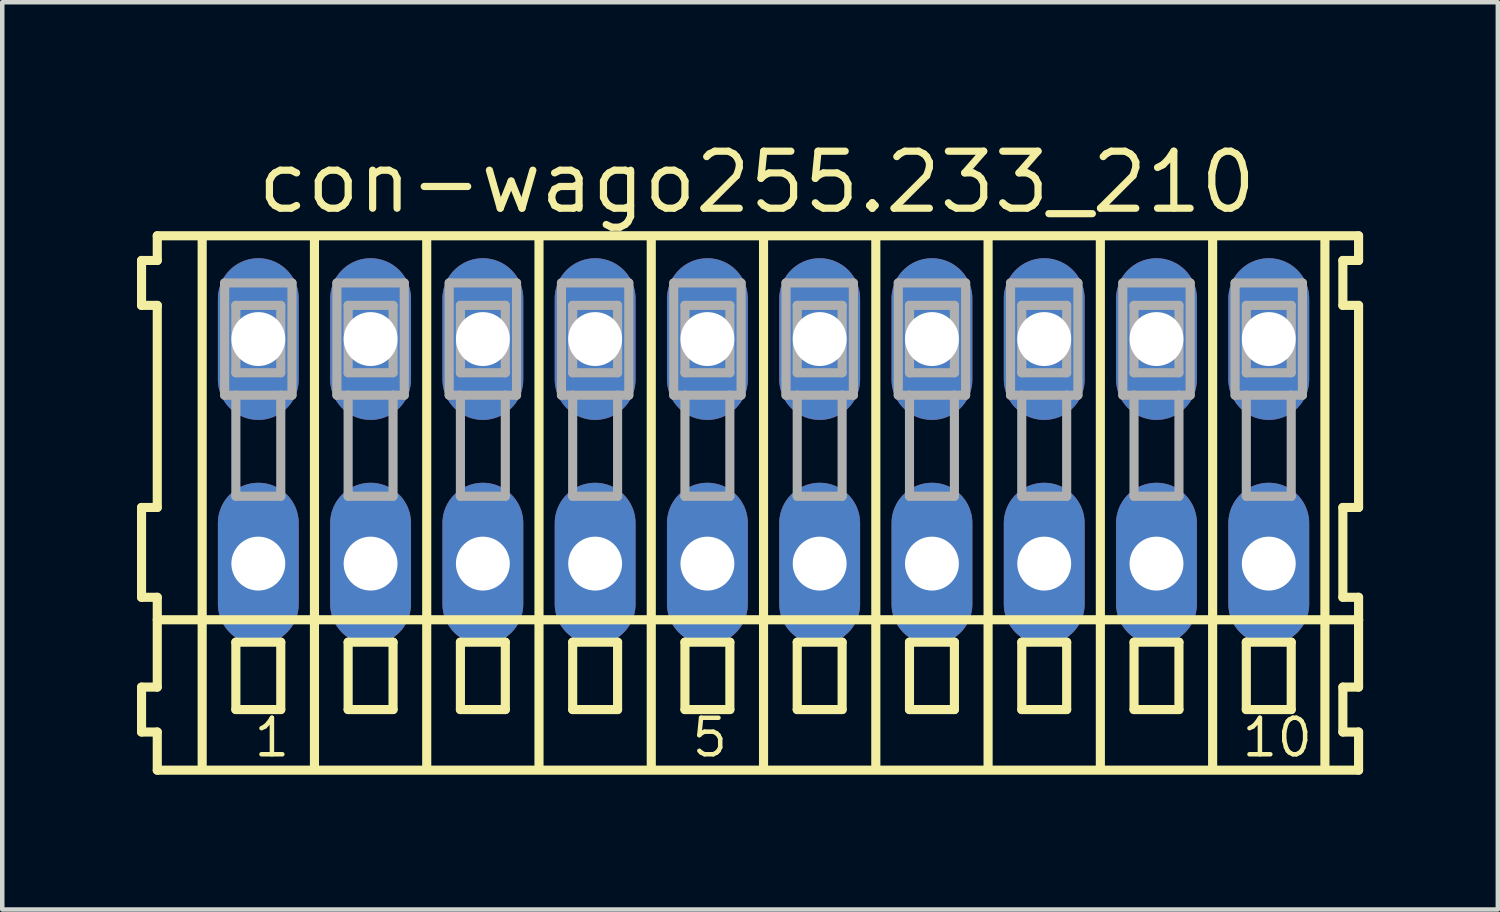
<source format=kicad_pcb>
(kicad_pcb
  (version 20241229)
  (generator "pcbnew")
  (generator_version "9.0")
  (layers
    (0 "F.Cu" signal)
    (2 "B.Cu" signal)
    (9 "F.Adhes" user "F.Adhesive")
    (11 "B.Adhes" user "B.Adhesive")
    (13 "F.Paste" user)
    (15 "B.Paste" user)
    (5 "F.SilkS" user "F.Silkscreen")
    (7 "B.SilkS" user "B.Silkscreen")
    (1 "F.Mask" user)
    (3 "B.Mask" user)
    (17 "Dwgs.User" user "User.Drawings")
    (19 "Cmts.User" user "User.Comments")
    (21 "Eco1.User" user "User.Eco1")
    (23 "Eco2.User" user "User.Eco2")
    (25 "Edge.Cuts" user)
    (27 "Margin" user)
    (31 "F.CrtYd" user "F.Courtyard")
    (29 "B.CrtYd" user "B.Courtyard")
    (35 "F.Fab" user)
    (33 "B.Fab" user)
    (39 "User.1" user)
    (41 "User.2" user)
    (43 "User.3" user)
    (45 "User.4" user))
  (footprint "con-wago255.233_210"
    (layer "F.Cu")
    (at 13.952 7)
    (property "Reference" "con-wago255.233_210" (at -11.35 -5.25 0) (layer "F.SilkS") (effects (font (size 1.27 1.27) (thickness 0.16)) (justify left bottom)))
    (attr through_hole)
    (fp_line (start -13.85 -4.25) (end -13.85 -3.25) (stroke (width 0.203) (type default)) (layer "F.SilkS"))
    (fp_line (start -13.85 -3.25) (end -13.5 -3.25) (stroke (width 0.203) (type default)) (layer "F.SilkS"))
    (fp_line (start -13.85 1.25) (end -13.85 3.25) (stroke (width 0.203) (type default)) (layer "F.SilkS"))
    (fp_line (start -13.85 3.25) (end -13.5 3.25) (stroke (width 0.203) (type default)) (layer "F.SilkS"))
    (fp_line (start -13.85 5.25) (end -13.85 6.25) (stroke (width 0.203) (type default)) (layer "F.SilkS"))
    (fp_line (start -13.85 6.25) (end -13.5 6.25) (stroke (width 0.203) (type default)) (layer "F.SilkS"))
    (fp_line (start -13.5 -4.8) (end -13.5 -4.25) (stroke (width 0.203) (type default)) (layer "F.SilkS"))
    (fp_line (start -13.5 -4.25) (end -13.85 -4.25) (stroke (width 0.203) (type default)) (layer "F.SilkS"))
    (fp_line (start -13.5 -3.25) (end -13.5 1.25) (stroke (width 0.203) (type default)) (layer "F.SilkS"))
    (fp_line (start -13.5 1.25) (end -13.85 1.25) (stroke (width 0.203) (type default)) (layer "F.SilkS"))
    (fp_line (start -13.5 3.25) (end -13.5 5.25) (stroke (width 0.203) (type default)) (layer "F.SilkS"))
    (fp_line (start -13.5 3.75) (end 13.25 3.75) (stroke (width 0.203) (type default)) (layer "F.SilkS"))
    (fp_line (start -13.5 5.25) (end -13.85 5.25) (stroke (width 0.203) (type default)) (layer "F.SilkS"))
    (fp_line (start -13.5 6.25) (end -13.5 7.1) (stroke (width 0.203) (type default)) (layer "F.SilkS"))
    (fp_line (start -13.5 7.1) (end 13.25 7.1) (stroke (width 0.203) (type default)) (layer "F.SilkS"))
    (fp_line (start -12.5 -4.75) (end -12.5 7) (stroke (width 0.203) (type default)) (layer "F.SilkS"))
    (fp_line (start -11.75 4.25) (end -11.75 5.75) (stroke (width 0.203) (type default)) (layer "F.SilkS"))
    (fp_line (start -11.75 5.75) (end -10.75 5.75) (stroke (width 0.203) (type default)) (layer "F.SilkS"))
    (fp_line (start -10.75 4.25) (end -11.75 4.25) (stroke (width 0.203) (type default)) (layer "F.SilkS"))
    (fp_line (start -10.75 5.75) (end -10.75 4.25) (stroke (width 0.203) (type default)) (layer "F.SilkS"))
    (fp_line (start -10 -4.75) (end -10 7) (stroke (width 0.203) (type default)) (layer "F.SilkS"))
    (fp_line (start -9.25 4.25) (end -9.25 5.75) (stroke (width 0.203) (type default)) (layer "F.SilkS"))
    (fp_line (start -9.25 5.75) (end -8.25 5.75) (stroke (width 0.203) (type default)) (layer "F.SilkS"))
    (fp_line (start -8.25 4.25) (end -9.25 4.25) (stroke (width 0.203) (type default)) (layer "F.SilkS"))
    (fp_line (start -8.25 5.75) (end -8.25 4.25) (stroke (width 0.203) (type default)) (layer "F.SilkS"))
    (fp_line (start -7.5 -4.75) (end -7.5 7) (stroke (width 0.203) (type default)) (layer "F.SilkS"))
    (fp_line (start -6.75 4.25) (end -6.75 5.75) (stroke (width 0.203) (type default)) (layer "F.SilkS"))
    (fp_line (start -6.75 5.75) (end -5.75 5.75) (stroke (width 0.203) (type default)) (layer "F.SilkS"))
    (fp_line (start -5.75 4.25) (end -6.75 4.25) (stroke (width 0.203) (type default)) (layer "F.SilkS"))
    (fp_line (start -5.75 5.75) (end -5.75 4.25) (stroke (width 0.203) (type default)) (layer "F.SilkS"))
    (fp_line (start -5 -4.75) (end -5 7) (stroke (width 0.203) (type default)) (layer "F.SilkS"))
    (fp_line (start -4.25 4.25) (end -4.25 5.75) (stroke (width 0.203) (type default)) (layer "F.SilkS"))
    (fp_line (start -4.25 5.75) (end -3.25 5.75) (stroke (width 0.203) (type default)) (layer "F.SilkS"))
    (fp_line (start -3.25 4.25) (end -4.25 4.25) (stroke (width 0.203) (type default)) (layer "F.SilkS"))
    (fp_line (start -3.25 5.75) (end -3.25 4.25) (stroke (width 0.203) (type default)) (layer "F.SilkS"))
    (fp_line (start -2.5 -4.75) (end -2.5 7) (stroke (width 0.203) (type default)) (layer "F.SilkS"))
    (fp_line (start -1.75 4.25) (end -1.75 5.75) (stroke (width 0.203) (type default)) (layer "F.SilkS"))
    (fp_line (start -1.75 5.75) (end -0.75 5.75) (stroke (width 0.203) (type default)) (layer "F.SilkS"))
    (fp_line (start -0.75 4.25) (end -1.75 4.25) (stroke (width 0.203) (type default)) (layer "F.SilkS"))
    (fp_line (start -0.75 5.75) (end -0.75 4.25) (stroke (width 0.203) (type default)) (layer "F.SilkS"))
    (fp_line (start 0 -4.75) (end 0 7) (stroke (width 0.203) (type default)) (layer "F.SilkS"))
    (fp_line (start 0.75 4.25) (end 0.75 5.75) (stroke (width 0.203) (type default)) (layer "F.SilkS"))
    (fp_line (start 0.75 5.75) (end 1.75 5.75) (stroke (width 0.203) (type default)) (layer "F.SilkS"))
    (fp_line (start 1.75 4.25) (end 0.75 4.25) (stroke (width 0.203) (type default)) (layer "F.SilkS"))
    (fp_line (start 1.75 5.75) (end 1.75 4.25) (stroke (width 0.203) (type default)) (layer "F.SilkS"))
    (fp_line (start 2.5 -4.75) (end 2.5 7) (stroke (width 0.203) (type default)) (layer "F.SilkS"))
    (fp_line (start 3.25 4.25) (end 3.25 5.75) (stroke (width 0.203) (type default)) (layer "F.SilkS"))
    (fp_line (start 3.25 5.75) (end 4.25 5.75) (stroke (width 0.203) (type default)) (layer "F.SilkS"))
    (fp_line (start 4.25 4.25) (end 3.25 4.25) (stroke (width 0.203) (type default)) (layer "F.SilkS"))
    (fp_line (start 4.25 5.75) (end 4.25 4.25) (stroke (width 0.203) (type default)) (layer "F.SilkS"))
    (fp_line (start 5 -4.75) (end 5 7) (stroke (width 0.203) (type default)) (layer "F.SilkS"))
    (fp_line (start 5.75 4.25) (end 5.75 5.75) (stroke (width 0.203) (type default)) (layer "F.SilkS"))
    (fp_line (start 5.75 5.75) (end 6.75 5.75) (stroke (width 0.203) (type default)) (layer "F.SilkS"))
    (fp_line (start 6.75 4.25) (end 5.75 4.25) (stroke (width 0.203) (type default)) (layer "F.SilkS"))
    (fp_line (start 6.75 5.75) (end 6.75 4.25) (stroke (width 0.203) (type default)) (layer "F.SilkS"))
    (fp_line (start 7.5 -4.75) (end 7.5 7) (stroke (width 0.203) (type default)) (layer "F.SilkS"))
    (fp_line (start 8.25 4.25) (end 8.25 5.75) (stroke (width 0.203) (type default)) (layer "F.SilkS"))
    (fp_line (start 8.25 5.75) (end 9.25 5.75) (stroke (width 0.203) (type default)) (layer "F.SilkS"))
    (fp_line (start 9.25 4.25) (end 8.25 4.25) (stroke (width 0.203) (type default)) (layer "F.SilkS"))
    (fp_line (start 9.25 5.75) (end 9.25 4.25) (stroke (width 0.203) (type default)) (layer "F.SilkS"))
    (fp_line (start 10 -4.75) (end 10 7) (stroke (width 0.203) (type default)) (layer "F.SilkS"))
    (fp_line (start 10.75 4.25) (end 10.75 5.75) (stroke (width 0.203) (type default)) (layer "F.SilkS"))
    (fp_line (start 10.75 5.75) (end 11.75 5.75) (stroke (width 0.203) (type default)) (layer "F.SilkS"))
    (fp_line (start 11.75 4.25) (end 10.75 4.25) (stroke (width 0.203) (type default)) (layer "F.SilkS"))
    (fp_line (start 11.75 5.75) (end 11.75 4.25) (stroke (width 0.203) (type default)) (layer "F.SilkS"))
    (fp_line (start 12.5 -4.75) (end 12.5 7) (stroke (width 0.203) (type default)) (layer "F.SilkS"))
    (fp_line (start 12.9 -4.25) (end 12.9 -3.25) (stroke (width 0.203) (type default)) (layer "F.SilkS"))
    (fp_line (start 12.9 -3.25) (end 13.25 -3.25) (stroke (width 0.203) (type default)) (layer "F.SilkS"))
    (fp_line (start 12.9 1.25) (end 12.9 3.25) (stroke (width 0.203) (type default)) (layer "F.SilkS"))
    (fp_line (start 12.9 3.25) (end 13.25 3.25) (stroke (width 0.203) (type default)) (layer "F.SilkS"))
    (fp_line (start 12.9 5.25) (end 12.9 6.25) (stroke (width 0.203) (type default)) (layer "F.SilkS"))
    (fp_line (start 12.9 6.25) (end 13.25 6.25) (stroke (width 0.203) (type default)) (layer "F.SilkS"))
    (fp_line (start 13.25 -4.8) (end -13.5 -4.8) (stroke (width 0.203) (type default)) (layer "F.SilkS"))
    (fp_line (start 13.25 -4.25) (end 12.9 -4.25) (stroke (width 0.203) (type default)) (layer "F.SilkS"))
    (fp_line (start 13.25 -4.25) (end 13.25 -4.8) (stroke (width 0.203) (type default)) (layer "F.SilkS"))
    (fp_line (start 13.25 1.25) (end 12.9 1.25) (stroke (width 0.203) (type default)) (layer "F.SilkS"))
    (fp_line (start 13.25 1.25) (end 13.25 -3.25) (stroke (width 0.203) (type default)) (layer "F.SilkS"))
    (fp_line (start 13.25 3.75) (end 13.25 3.25) (stroke (width 0.203) (type default)) (layer "F.SilkS"))
    (fp_line (start 13.25 5.25) (end 12.9 5.25) (stroke (width 0.203) (type default)) (layer "F.SilkS"))
    (fp_line (start 13.25 5.25) (end 13.25 3.75) (stroke (width 0.203) (type default)) (layer "F.SilkS"))
    (fp_line (start 13.25 7.1) (end 13.25 6.25) (stroke (width 0.203) (type default)) (layer "F.SilkS"))
    (fp_line (start -12 -3.75) (end -12 -1.25) (stroke (width 0.203) (type default)) (layer "F.Fab"))
    (fp_line (start -12 -1.25) (end -11.75 -1.25) (stroke (width 0.203) (type default)) (layer "F.Fab"))
    (fp_line (start -11.75 -3.25) (end -11.75 -1.75) (stroke (width 0.203) (type default)) (layer "F.Fab"))
    (fp_line (start -11.75 -1.75) (end -10.75 -1.75) (stroke (width 0.203) (type default)) (layer "F.Fab"))
    (fp_line (start -11.75 -1.25) (end -11.75 1) (stroke (width 0.203) (type default)) (layer "F.Fab"))
    (fp_line (start -11.75 -1.25) (end -10.75 -1.25) (stroke (width 0.203) (type default)) (layer "F.Fab"))
    (fp_line (start -11.75 1) (end -10.75 1) (stroke (width 0.203) (type default)) (layer "F.Fab"))
    (fp_line (start -10.75 -3.25) (end -11.75 -3.25) (stroke (width 0.203) (type default)) (layer "F.Fab"))
    (fp_line (start -10.75 -1.75) (end -10.75 -3.25) (stroke (width 0.203) (type default)) (layer "F.Fab"))
    (fp_line (start -10.75 -1.25) (end -10.5 -1.25) (stroke (width 0.203) (type default)) (layer "F.Fab"))
    (fp_line (start -10.75 1) (end -10.75 -1.25) (stroke (width 0.203) (type default)) (layer "F.Fab"))
    (fp_line (start -10.5 -3.75) (end -12 -3.75) (stroke (width 0.203) (type default)) (layer "F.Fab"))
    (fp_line (start -10.5 -1.25) (end -10.5 -3.75) (stroke (width 0.203) (type default)) (layer "F.Fab"))
    (fp_line (start -9.5 -3.75) (end -9.5 -1.25) (stroke (width 0.203) (type default)) (layer "F.Fab"))
    (fp_line (start -9.5 -1.25) (end -9.25 -1.25) (stroke (width 0.203) (type default)) (layer "F.Fab"))
    (fp_line (start -9.25 -3.25) (end -9.25 -1.75) (stroke (width 0.203) (type default)) (layer "F.Fab"))
    (fp_line (start -9.25 -1.75) (end -8.25 -1.75) (stroke (width 0.203) (type default)) (layer "F.Fab"))
    (fp_line (start -9.25 -1.25) (end -9.25 1) (stroke (width 0.203) (type default)) (layer "F.Fab"))
    (fp_line (start -9.25 -1.25) (end -8.25 -1.25) (stroke (width 0.203) (type default)) (layer "F.Fab"))
    (fp_line (start -9.25 1) (end -8.25 1) (stroke (width 0.203) (type default)) (layer "F.Fab"))
    (fp_line (start -8.25 -3.25) (end -9.25 -3.25) (stroke (width 0.203) (type default)) (layer "F.Fab"))
    (fp_line (start -8.25 -1.75) (end -8.25 -3.25) (stroke (width 0.203) (type default)) (layer "F.Fab"))
    (fp_line (start -8.25 -1.25) (end -8 -1.25) (stroke (width 0.203) (type default)) (layer "F.Fab"))
    (fp_line (start -8.25 1) (end -8.25 -1.25) (stroke (width 0.203) (type default)) (layer "F.Fab"))
    (fp_line (start -8 -3.75) (end -9.5 -3.75) (stroke (width 0.203) (type default)) (layer "F.Fab"))
    (fp_line (start -8 -1.25) (end -8 -3.75) (stroke (width 0.203) (type default)) (layer "F.Fab"))
    (fp_line (start -7 -3.75) (end -7 -1.25) (stroke (width 0.203) (type default)) (layer "F.Fab"))
    (fp_line (start -7 -1.25) (end -6.75 -1.25) (stroke (width 0.203) (type default)) (layer "F.Fab"))
    (fp_line (start -6.75 -3.25) (end -6.75 -1.75) (stroke (width 0.203) (type default)) (layer "F.Fab"))
    (fp_line (start -6.75 -1.75) (end -5.75 -1.75) (stroke (width 0.203) (type default)) (layer "F.Fab"))
    (fp_line (start -6.75 -1.25) (end -6.75 1) (stroke (width 0.203) (type default)) (layer "F.Fab"))
    (fp_line (start -6.75 -1.25) (end -5.75 -1.25) (stroke (width 0.203) (type default)) (layer "F.Fab"))
    (fp_line (start -6.75 1) (end -5.75 1) (stroke (width 0.203) (type default)) (layer "F.Fab"))
    (fp_line (start -5.75 -3.25) (end -6.75 -3.25) (stroke (width 0.203) (type default)) (layer "F.Fab"))
    (fp_line (start -5.75 -1.75) (end -5.75 -3.25) (stroke (width 0.203) (type default)) (layer "F.Fab"))
    (fp_line (start -5.75 -1.25) (end -5.5 -1.25) (stroke (width 0.203) (type default)) (layer "F.Fab"))
    (fp_line (start -5.75 1) (end -5.75 -1.25) (stroke (width 0.203) (type default)) (layer "F.Fab"))
    (fp_line (start -5.5 -3.75) (end -7 -3.75) (stroke (width 0.203) (type default)) (layer "F.Fab"))
    (fp_line (start -5.5 -1.25) (end -5.5 -3.75) (stroke (width 0.203) (type default)) (layer "F.Fab"))
    (fp_line (start -4.5 -3.75) (end -4.5 -1.25) (stroke (width 0.203) (type default)) (layer "F.Fab"))
    (fp_line (start -4.5 -1.25) (end -4.25 -1.25) (stroke (width 0.203) (type default)) (layer "F.Fab"))
    (fp_line (start -4.25 -3.25) (end -4.25 -1.75) (stroke (width 0.203) (type default)) (layer "F.Fab"))
    (fp_line (start -4.25 -1.75) (end -3.25 -1.75) (stroke (width 0.203) (type default)) (layer "F.Fab"))
    (fp_line (start -4.25 -1.25) (end -4.25 1) (stroke (width 0.203) (type default)) (layer "F.Fab"))
    (fp_line (start -4.25 -1.25) (end -3.25 -1.25) (stroke (width 0.203) (type default)) (layer "F.Fab"))
    (fp_line (start -4.25 1) (end -3.25 1) (stroke (width 0.203) (type default)) (layer "F.Fab"))
    (fp_line (start -3.25 -3.25) (end -4.25 -3.25) (stroke (width 0.203) (type default)) (layer "F.Fab"))
    (fp_line (start -3.25 -1.75) (end -3.25 -3.25) (stroke (width 0.203) (type default)) (layer "F.Fab"))
    (fp_line (start -3.25 -1.25) (end -3 -1.25) (stroke (width 0.203) (type default)) (layer "F.Fab"))
    (fp_line (start -3.25 1) (end -3.25 -1.25) (stroke (width 0.203) (type default)) (layer "F.Fab"))
    (fp_line (start -3 -3.75) (end -4.5 -3.75) (stroke (width 0.203) (type default)) (layer "F.Fab"))
    (fp_line (start -3 -1.25) (end -3 -3.75) (stroke (width 0.203) (type default)) (layer "F.Fab"))
    (fp_line (start -2 -3.75) (end -2 -1.25) (stroke (width 0.203) (type default)) (layer "F.Fab"))
    (fp_line (start -2 -1.25) (end -1.75 -1.25) (stroke (width 0.203) (type default)) (layer "F.Fab"))
    (fp_line (start -1.75 -3.25) (end -1.75 -1.75) (stroke (width 0.203) (type default)) (layer "F.Fab"))
    (fp_line (start -1.75 -1.75) (end -0.75 -1.75) (stroke (width 0.203) (type default)) (layer "F.Fab"))
    (fp_line (start -1.75 -1.25) (end -1.75 1) (stroke (width 0.203) (type default)) (layer "F.Fab"))
    (fp_line (start -1.75 -1.25) (end -0.75 -1.25) (stroke (width 0.203) (type default)) (layer "F.Fab"))
    (fp_line (start -1.75 1) (end -0.75 1) (stroke (width 0.203) (type default)) (layer "F.Fab"))
    (fp_line (start -0.75 -3.25) (end -1.75 -3.25) (stroke (width 0.203) (type default)) (layer "F.Fab"))
    (fp_line (start -0.75 -1.75) (end -0.75 -3.25) (stroke (width 0.203) (type default)) (layer "F.Fab"))
    (fp_line (start -0.75 -1.25) (end -0.5 -1.25) (stroke (width 0.203) (type default)) (layer "F.Fab"))
    (fp_line (start -0.75 1) (end -0.75 -1.25) (stroke (width 0.203) (type default)) (layer "F.Fab"))
    (fp_line (start -0.5 -3.75) (end -2 -3.75) (stroke (width 0.203) (type default)) (layer "F.Fab"))
    (fp_line (start -0.5 -1.25) (end -0.5 -3.75) (stroke (width 0.203) (type default)) (layer "F.Fab"))
    (fp_line (start 0.5 -3.75) (end 0.5 -1.25) (stroke (width 0.203) (type default)) (layer "F.Fab"))
    (fp_line (start 0.5 -1.25) (end 0.75 -1.25) (stroke (width 0.203) (type default)) (layer "F.Fab"))
    (fp_line (start 0.75 -3.25) (end 0.75 -1.75) (stroke (width 0.203) (type default)) (layer "F.Fab"))
    (fp_line (start 0.75 -1.75) (end 1.75 -1.75) (stroke (width 0.203) (type default)) (layer "F.Fab"))
    (fp_line (start 0.75 -1.25) (end 0.75 1) (stroke (width 0.203) (type default)) (layer "F.Fab"))
    (fp_line (start 0.75 -1.25) (end 1.75 -1.25) (stroke (width 0.203) (type default)) (layer "F.Fab"))
    (fp_line (start 0.75 1) (end 1.75 1) (stroke (width 0.203) (type default)) (layer "F.Fab"))
    (fp_line (start 1.75 -3.25) (end 0.75 -3.25) (stroke (width 0.203) (type default)) (layer "F.Fab"))
    (fp_line (start 1.75 -1.75) (end 1.75 -3.25) (stroke (width 0.203) (type default)) (layer "F.Fab"))
    (fp_line (start 1.75 -1.25) (end 2 -1.25) (stroke (width 0.203) (type default)) (layer "F.Fab"))
    (fp_line (start 1.75 1) (end 1.75 -1.25) (stroke (width 0.203) (type default)) (layer "F.Fab"))
    (fp_line (start 2 -3.75) (end 0.5 -3.75) (stroke (width 0.203) (type default)) (layer "F.Fab"))
    (fp_line (start 2 -1.25) (end 2 -3.75) (stroke (width 0.203) (type default)) (layer "F.Fab"))
    (fp_line (start 3 -3.75) (end 3 -1.25) (stroke (width 0.203) (type default)) (layer "F.Fab"))
    (fp_line (start 3 -1.25) (end 3.25 -1.25) (stroke (width 0.203) (type default)) (layer "F.Fab"))
    (fp_line (start 3.25 -3.25) (end 3.25 -1.75) (stroke (width 0.203) (type default)) (layer "F.Fab"))
    (fp_line (start 3.25 -1.75) (end 4.25 -1.75) (stroke (width 0.203) (type default)) (layer "F.Fab"))
    (fp_line (start 3.25 -1.25) (end 3.25 1) (stroke (width 0.203) (type default)) (layer "F.Fab"))
    (fp_line (start 3.25 -1.25) (end 4.25 -1.25) (stroke (width 0.203) (type default)) (layer "F.Fab"))
    (fp_line (start 3.25 1) (end 4.25 1) (stroke (width 0.203) (type default)) (layer "F.Fab"))
    (fp_line (start 4.25 -3.25) (end 3.25 -3.25) (stroke (width 0.203) (type default)) (layer "F.Fab"))
    (fp_line (start 4.25 -1.75) (end 4.25 -3.25) (stroke (width 0.203) (type default)) (layer "F.Fab"))
    (fp_line (start 4.25 -1.25) (end 4.5 -1.25) (stroke (width 0.203) (type default)) (layer "F.Fab"))
    (fp_line (start 4.25 1) (end 4.25 -1.25) (stroke (width 0.203) (type default)) (layer "F.Fab"))
    (fp_line (start 4.5 -3.75) (end 3 -3.75) (stroke (width 0.203) (type default)) (layer "F.Fab"))
    (fp_line (start 4.5 -1.25) (end 4.5 -3.75) (stroke (width 0.203) (type default)) (layer "F.Fab"))
    (fp_line (start 5.5 -3.75) (end 5.5 -1.25) (stroke (width 0.203) (type default)) (layer "F.Fab"))
    (fp_line (start 5.5 -1.25) (end 5.75 -1.25) (stroke (width 0.203) (type default)) (layer "F.Fab"))
    (fp_line (start 5.75 -3.25) (end 5.75 -1.75) (stroke (width 0.203) (type default)) (layer "F.Fab"))
    (fp_line (start 5.75 -1.75) (end 6.75 -1.75) (stroke (width 0.203) (type default)) (layer "F.Fab"))
    (fp_line (start 5.75 -1.25) (end 5.75 1) (stroke (width 0.203) (type default)) (layer "F.Fab"))
    (fp_line (start 5.75 -1.25) (end 6.75 -1.25) (stroke (width 0.203) (type default)) (layer "F.Fab"))
    (fp_line (start 5.75 1) (end 6.75 1) (stroke (width 0.203) (type default)) (layer "F.Fab"))
    (fp_line (start 6.75 -3.25) (end 5.75 -3.25) (stroke (width 0.203) (type default)) (layer "F.Fab"))
    (fp_line (start 6.75 -1.75) (end 6.75 -3.25) (stroke (width 0.203) (type default)) (layer "F.Fab"))
    (fp_line (start 6.75 -1.25) (end 7 -1.25) (stroke (width 0.203) (type default)) (layer "F.Fab"))
    (fp_line (start 6.75 1) (end 6.75 -1.25) (stroke (width 0.203) (type default)) (layer "F.Fab"))
    (fp_line (start 7 -3.75) (end 5.5 -3.75) (stroke (width 0.203) (type default)) (layer "F.Fab"))
    (fp_line (start 7 -1.25) (end 7 -3.75) (stroke (width 0.203) (type default)) (layer "F.Fab"))
    (fp_line (start 8 -3.75) (end 8 -1.25) (stroke (width 0.203) (type default)) (layer "F.Fab"))
    (fp_line (start 8 -1.25) (end 8.25 -1.25) (stroke (width 0.203) (type default)) (layer "F.Fab"))
    (fp_line (start 8.25 -3.25) (end 8.25 -1.75) (stroke (width 0.203) (type default)) (layer "F.Fab"))
    (fp_line (start 8.25 -1.75) (end 9.25 -1.75) (stroke (width 0.203) (type default)) (layer "F.Fab"))
    (fp_line (start 8.25 -1.25) (end 8.25 1) (stroke (width 0.203) (type default)) (layer "F.Fab"))
    (fp_line (start 8.25 -1.25) (end 9.25 -1.25) (stroke (width 0.203) (type default)) (layer "F.Fab"))
    (fp_line (start 8.25 1) (end 9.25 1) (stroke (width 0.203) (type default)) (layer "F.Fab"))
    (fp_line (start 9.25 -3.25) (end 8.25 -3.25) (stroke (width 0.203) (type default)) (layer "F.Fab"))
    (fp_line (start 9.25 -1.75) (end 9.25 -3.25) (stroke (width 0.203) (type default)) (layer "F.Fab"))
    (fp_line (start 9.25 -1.25) (end 9.5 -1.25) (stroke (width 0.203) (type default)) (layer "F.Fab"))
    (fp_line (start 9.25 1) (end 9.25 -1.25) (stroke (width 0.203) (type default)) (layer "F.Fab"))
    (fp_line (start 9.5 -3.75) (end 8 -3.75) (stroke (width 0.203) (type default)) (layer "F.Fab"))
    (fp_line (start 9.5 -1.25) (end 9.5 -3.75) (stroke (width 0.203) (type default)) (layer "F.Fab"))
    (fp_line (start 10.5 -3.75) (end 10.5 -1.25) (stroke (width 0.203) (type default)) (layer "F.Fab"))
    (fp_line (start 10.5 -1.25) (end 10.75 -1.25) (stroke (width 0.203) (type default)) (layer "F.Fab"))
    (fp_line (start 10.75 -3.25) (end 10.75 -1.75) (stroke (width 0.203) (type default)) (layer "F.Fab"))
    (fp_line (start 10.75 -1.75) (end 11.75 -1.75) (stroke (width 0.203) (type default)) (layer "F.Fab"))
    (fp_line (start 10.75 -1.25) (end 10.75 1) (stroke (width 0.203) (type default)) (layer "F.Fab"))
    (fp_line (start 10.75 -1.25) (end 11.75 -1.25) (stroke (width 0.203) (type default)) (layer "F.Fab"))
    (fp_line (start 10.75 1) (end 11.75 1) (stroke (width 0.203) (type default)) (layer "F.Fab"))
    (fp_line (start 11.75 -3.25) (end 10.75 -3.25) (stroke (width 0.203) (type default)) (layer "F.Fab"))
    (fp_line (start 11.75 -1.75) (end 11.75 -3.25) (stroke (width 0.203) (type default)) (layer "F.Fab"))
    (fp_line (start 11.75 -1.25) (end 12 -1.25) (stroke (width 0.203) (type default)) (layer "F.Fab"))
    (fp_line (start 11.75 1) (end 11.75 -1.25) (stroke (width 0.203) (type default)) (layer "F.Fab"))
    (fp_line (start 12 -3.75) (end 10.5 -3.75) (stroke (width 0.203) (type default)) (layer "F.Fab"))
    (fp_line (start 12 -1.25) (end 12 -3.75) (stroke (width 0.203) (type default)) (layer "F.Fab"))
    (fp_text user "5" (at -1.65 6.85 0) (layer "F.SilkS") (effects (font (size 0.813 0.813) (thickness 0.1)) (justify left bottom)))
    (fp_text user "10" (at 10.6 6.85 0) (layer "F.SilkS") (effects (font (size 0.813 0.813) (thickness 0.1)) (justify left bottom)))
    (fp_text user "1" (at -11.4 6.85 0) (layer "F.SilkS") (effects (font (size 0.813 0.813) (thickness 0.1)) (justify left bottom)))
    (pad "A1" thru_hole oval (at -11.25 -2.5 90) (size 3.6 1.8) (drill 1.2) (layers "*.Cu" "*.Mask"))
    (pad "A2" thru_hole oval (at -8.75 -2.5 90) (size 3.6 1.8) (drill 1.2) (layers "*.Cu" "*.Mask"))
    (pad "A3" thru_hole oval (at -6.25 -2.5 90) (size 3.6 1.8) (drill 1.2) (layers "*.Cu" "*.Mask"))
    (pad "A4" thru_hole oval (at -3.75 -2.5 90) (size 3.6 1.8) (drill 1.2) (layers "*.Cu" "*.Mask"))
    (pad "A5" thru_hole oval (at -1.25 -2.5 90) (size 3.6 1.8) (drill 1.2) (layers "*.Cu" "*.Mask"))
    (pad "A6" thru_hole oval (at 1.25 -2.5 90) (size 3.6 1.8) (drill 1.2) (layers "*.Cu" "*.Mask"))
    (pad "A7" thru_hole oval (at 3.75 -2.5 90) (size 3.6 1.8) (drill 1.2) (layers "*.Cu" "*.Mask"))
    (pad "A8" thru_hole oval (at 6.25 -2.5 90) (size 3.6 1.8) (drill 1.2) (layers "*.Cu" "*.Mask"))
    (pad "A9" thru_hole oval (at 8.75 -2.5 90) (size 3.6 1.8) (drill 1.2) (layers "*.Cu" "*.Mask"))
    (pad "A10" thru_hole oval (at 11.25 -2.5 90) (size 3.6 1.8) (drill 1.2) (layers "*.Cu" "*.Mask"))
    (pad "B1" thru_hole oval (at -11.25 2.5 90) (size 3.6 1.8) (drill 1.2) (layers "*.Cu" "*.Mask"))
    (pad "B2" thru_hole oval (at -8.75 2.5 90) (size 3.6 1.8) (drill 1.2) (layers "*.Cu" "*.Mask"))
    (pad "B3" thru_hole oval (at -6.25 2.5 90) (size 3.6 1.8) (drill 1.2) (layers "*.Cu" "*.Mask"))
    (pad "B4" thru_hole oval (at -3.75 2.5 90) (size 3.6 1.8) (drill 1.2) (layers "*.Cu" "*.Mask"))
    (pad "B5" thru_hole oval (at -1.25 2.5 90) (size 3.6 1.8) (drill 1.2) (layers "*.Cu" "*.Mask"))
    (pad "B6" thru_hole oval (at 1.25 2.5 90) (size 3.6 1.8) (drill 1.2) (layers "*.Cu" "*.Mask"))
    (pad "B7" thru_hole oval (at 3.75 2.5 90) (size 3.6 1.8) (drill 1.2) (layers "*.Cu" "*.Mask"))
    (pad "B8" thru_hole oval (at 6.25 2.5 90) (size 3.6 1.8) (drill 1.2) (layers "*.Cu" "*.Mask"))
    (pad "B9" thru_hole oval (at 8.75 2.5 90) (size 3.6 1.8) (drill 1.2) (layers "*.Cu" "*.Mask"))
    (pad "B10" thru_hole oval (at 11.25 2.5 90) (size 3.6 1.8) (drill 1.2) (layers "*.Cu" "*.Mask")))
  (gr_rect
    (start -3 -3)
    (end 30.303 17.202)
    (stroke (width 0.1) (type default))
    (fill no)
    (layer "Edge.Cuts")))
</source>
